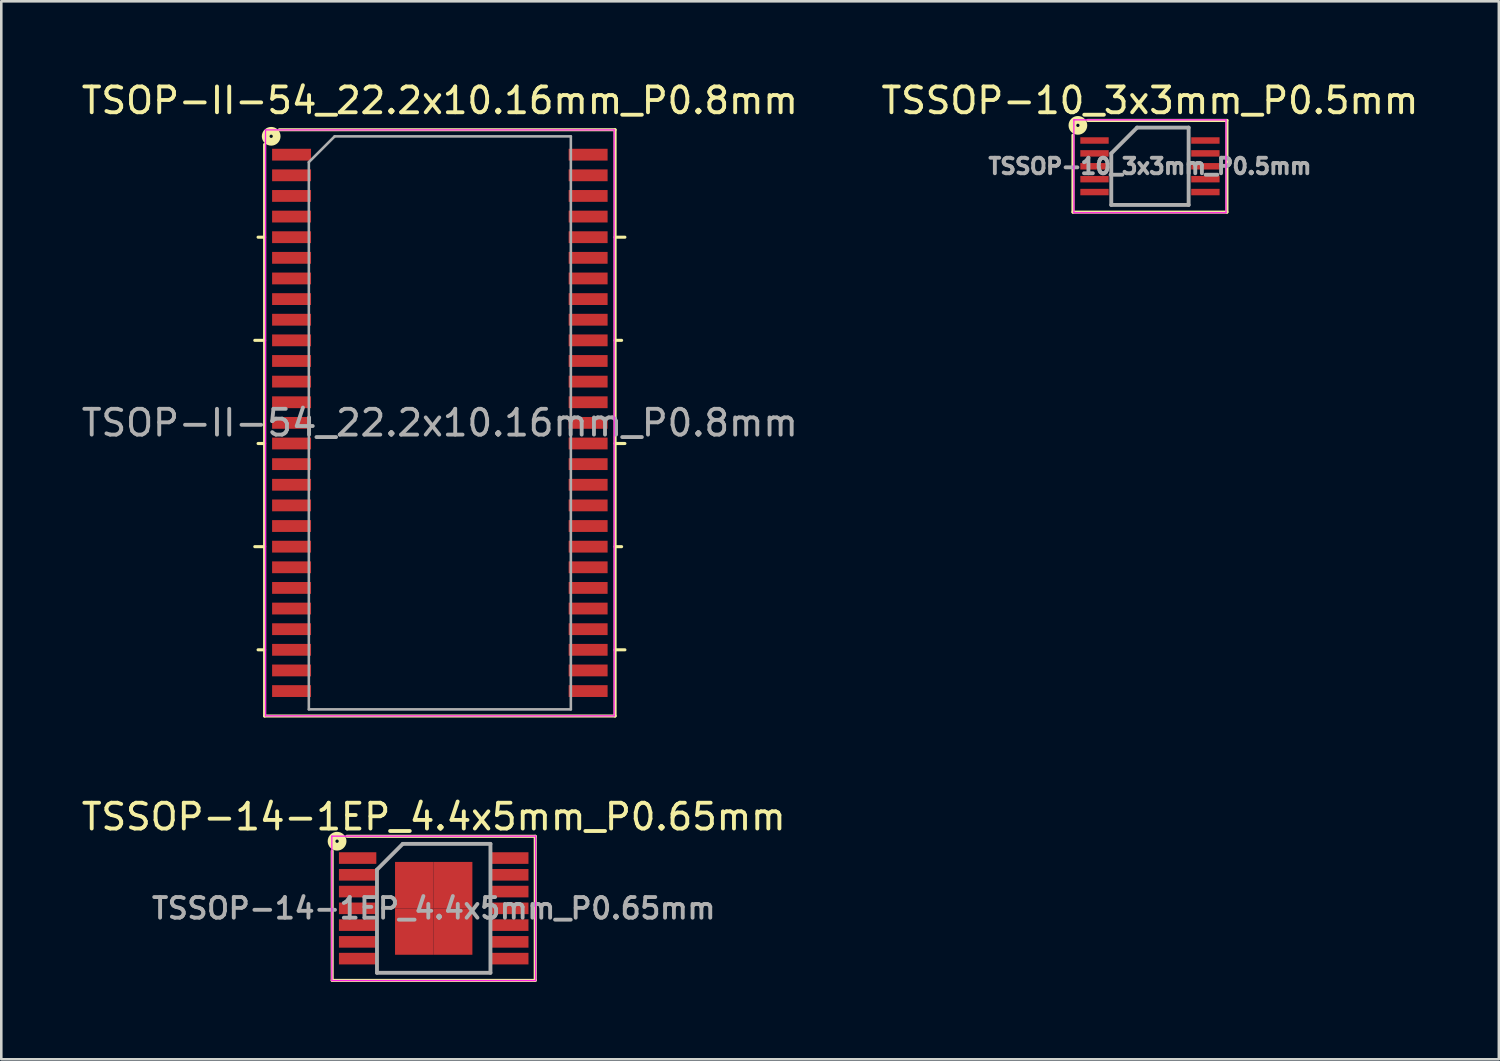
<source format=kicad_pcb>
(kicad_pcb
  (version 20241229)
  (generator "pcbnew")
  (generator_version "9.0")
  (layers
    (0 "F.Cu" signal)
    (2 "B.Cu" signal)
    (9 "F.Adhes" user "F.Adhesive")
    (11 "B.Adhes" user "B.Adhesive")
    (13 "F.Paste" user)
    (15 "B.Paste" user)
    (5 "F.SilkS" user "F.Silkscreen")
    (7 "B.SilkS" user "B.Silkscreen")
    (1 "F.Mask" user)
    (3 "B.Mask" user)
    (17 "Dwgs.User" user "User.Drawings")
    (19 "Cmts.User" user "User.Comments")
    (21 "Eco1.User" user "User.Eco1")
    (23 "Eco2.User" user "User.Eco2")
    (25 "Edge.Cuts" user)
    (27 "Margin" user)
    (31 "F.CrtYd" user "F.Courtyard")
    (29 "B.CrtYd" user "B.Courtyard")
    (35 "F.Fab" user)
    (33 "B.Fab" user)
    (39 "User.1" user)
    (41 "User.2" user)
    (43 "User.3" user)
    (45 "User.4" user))
  (footprint "TSOP-II-54_22.2x10.16mm_P0.8mm"
    (layer "F.Cu")
    (at 14.006 13.348)
    (property "Reference" "TSOP-II-54_22.2x10.16mm_P0.8mm" (at 0 -12.5 0) (layer "F.SilkS") (effects (font (size 1 1) (thickness 0.15))))
    (attr smd)
    (fp_line (start -7.176 -3.2) (end -6.795 -3.2) (stroke (width 0.12) (type solid)) (layer "F.SilkS"))
    (fp_line (start -7.176 4.8) (end -6.795 4.8) (stroke (width 0.12) (type solid)) (layer "F.SilkS"))
    (fp_line (start -7.048 -7.2) (end -6.795 -7.2) (stroke (width 0.12) (type solid)) (layer "F.SilkS"))
    (fp_line (start -7.048 0.8) (end -6.795 0.8) (stroke (width 0.12) (type solid)) (layer "F.SilkS"))
    (fp_line (start -7.048 8.8) (end -6.795 8.8) (stroke (width 0.12) (type solid)) (layer "F.SilkS"))
    (fp_line (start -6.795 -10.795) (end -6.795 11.367) (stroke (width 0.12) (type solid)) (layer "F.SilkS"))
    (fp_line (start -6.795 11.367) (end 6.795 11.367) (stroke (width 0.12) (type solid)) (layer "F.SilkS"))
    (fp_line (start 6.795 -11.367) (end -6.223 -11.367) (stroke (width 0.12) (type solid)) (layer "F.SilkS"))
    (fp_line (start 6.795 -7.2) (end 7.176 -7.2) (stroke (width 0.12) (type solid)) (layer "F.SilkS"))
    (fp_line (start 6.795 -3.2) (end 7.048 -3.2) (stroke (width 0.12) (type solid)) (layer "F.SilkS"))
    (fp_line (start 6.795 0.8) (end 7.176 0.8) (stroke (width 0.12) (type solid)) (layer "F.SilkS"))
    (fp_line (start 6.795 4.8) (end 7.048 4.8) (stroke (width 0.12) (type solid)) (layer "F.SilkS"))
    (fp_line (start 6.795 8.8) (end 7.176 8.8) (stroke (width 0.12) (type solid)) (layer "F.SilkS"))
    (fp_line (start 6.795 11.367) (end 6.795 -11.367) (stroke (width 0.12) (type solid)) (layer "F.SilkS"))
    (fp_circle (center -6.54 -11.113) (end -6.477 -11.113) (stroke (width 0.3) (type solid)) (fill no) (layer "F.SilkS"))
    (fp_line (start -6.76 -11.36) (end -6.76 11.36) (stroke (width 0.05) (type solid)) (layer "F.CrtYd"))
    (fp_line (start -6.76 -11.36) (end 6.76 -11.36) (stroke (width 0.05) (type solid)) (layer "F.CrtYd"))
    (fp_line (start 6.76 -11.36) (end 6.76 11.36) (stroke (width 0.05) (type solid)) (layer "F.CrtYd"))
    (fp_line (start 6.76 11.36) (end -6.76 11.36) (stroke (width 0.05) (type solid)) (layer "F.CrtYd"))
    (fp_line (start -5.08 11.11) (end -5.08 -10.11) (stroke (width 0.1) (type solid)) (layer "F.Fab"))
    (fp_line (start -4.08 -11.11) (end -5.08 -10.11) (stroke (width 0.1) (type solid)) (layer "F.Fab"))
    (fp_line (start -4.08 -11.11) (end 5.08 -11.11) (stroke (width 0.1) (type solid)) (layer "F.Fab"))
    (fp_line (start 5.08 -11.11) (end 5.08 11.11) (stroke (width 0.1) (type solid)) (layer "F.Fab"))
    (fp_line (start 5.08 11.11) (end -5.08 11.11) (stroke (width 0.1) (type solid)) (layer "F.Fab"))
    (fp_text user "${REFERENCE}" (at 0 0 0) (layer "F.Fab") (effects (font (size 1 1) (thickness 0.15))))
    (pad "1" smd rect (at -5.75 -10.4) (size 1.51 0.458) (layers "F.Cu" "F.Mask" "F.Paste"))
    (pad "2" smd rect (at -5.75 -9.6) (size 1.51 0.458) (layers "F.Cu" "F.Mask" "F.Paste"))
    (pad "3" smd rect (at -5.75 -8.8) (size 1.51 0.458) (layers "F.Cu" "F.Mask" "F.Paste"))
    (pad "4" smd rect (at -5.75 -8) (size 1.51 0.458) (layers "F.Cu" "F.Mask" "F.Paste"))
    (pad "5" smd rect (at -5.75 -7.2) (size 1.51 0.458) (layers "F.Cu" "F.Mask" "F.Paste"))
    (pad "6" smd rect (at -5.75 -6.4) (size 1.51 0.458) (layers "F.Cu" "F.Mask" "F.Paste"))
    (pad "7" smd rect (at -5.75 -5.6) (size 1.51 0.458) (layers "F.Cu" "F.Mask" "F.Paste"))
    (pad "8" smd rect (at -5.75 -4.8) (size 1.51 0.458) (layers "F.Cu" "F.Mask" "F.Paste"))
    (pad "9" smd rect (at -5.75 -4) (size 1.51 0.458) (layers "F.Cu" "F.Mask" "F.Paste"))
    (pad "10" smd rect (at -5.75 -3.2) (size 1.51 0.458) (layers "F.Cu" "F.Mask" "F.Paste"))
    (pad "11" smd rect (at -5.75 -2.4) (size 1.51 0.458) (layers "F.Cu" "F.Mask" "F.Paste"))
    (pad "12" smd rect (at -5.75 -1.6) (size 1.51 0.458) (layers "F.Cu" "F.Mask" "F.Paste"))
    (pad "13" smd rect (at -5.75 -0.8) (size 1.51 0.458) (layers "F.Cu" "F.Mask" "F.Paste"))
    (pad "14" smd rect (at -5.75 0) (size 1.51 0.458) (layers "F.Cu" "F.Mask" "F.Paste"))
    (pad "15" smd rect (at -5.75 0.8) (size 1.51 0.458) (layers "F.Cu" "F.Mask" "F.Paste"))
    (pad "16" smd rect (at -5.75 1.6) (size 1.51 0.458) (layers "F.Cu" "F.Mask" "F.Paste"))
    (pad "17" smd rect (at -5.75 2.4) (size 1.51 0.458) (layers "F.Cu" "F.Mask" "F.Paste"))
    (pad "18" smd rect (at -5.75 3.2) (size 1.51 0.458) (layers "F.Cu" "F.Mask" "F.Paste"))
    (pad "19" smd rect (at -5.75 4) (size 1.51 0.458) (layers "F.Cu" "F.Mask" "F.Paste"))
    (pad "20" smd rect (at -5.75 4.8) (size 1.51 0.458) (layers "F.Cu" "F.Mask" "F.Paste"))
    (pad "21" smd rect (at -5.75 5.6) (size 1.51 0.458) (layers "F.Cu" "F.Mask" "F.Paste"))
    (pad "22" smd rect (at -5.75 6.4) (size 1.51 0.458) (layers "F.Cu" "F.Mask" "F.Paste"))
    (pad "23" smd rect (at -5.75 7.2) (size 1.51 0.458) (layers "F.Cu" "F.Mask" "F.Paste"))
    (pad "24" smd rect (at -5.75 8) (size 1.51 0.458) (layers "F.Cu" "F.Mask" "F.Paste"))
    (pad "25" smd rect (at -5.75 8.8) (size 1.51 0.458) (layers "F.Cu" "F.Mask" "F.Paste"))
    (pad "26" smd rect (at -5.75 9.6) (size 1.51 0.458) (layers "F.Cu" "F.Mask" "F.Paste"))
    (pad "27" smd rect (at -5.75 10.4) (size 1.51 0.458) (layers "F.Cu" "F.Mask" "F.Paste"))
    (pad "28" smd rect (at 5.75 10.4) (size 1.51 0.458) (layers "F.Cu" "F.Mask" "F.Paste"))
    (pad "29" smd rect (at 5.75 9.6) (size 1.51 0.458) (layers "F.Cu" "F.Mask" "F.Paste"))
    (pad "30" smd rect (at 5.75 8.8) (size 1.51 0.458) (layers "F.Cu" "F.Mask" "F.Paste"))
    (pad "31" smd rect (at 5.75 8) (size 1.51 0.458) (layers "F.Cu" "F.Mask" "F.Paste"))
    (pad "32" smd rect (at 5.75 7.2) (size 1.51 0.458) (layers "F.Cu" "F.Mask" "F.Paste"))
    (pad "33" smd rect (at 5.75 6.4) (size 1.51 0.458) (layers "F.Cu" "F.Mask" "F.Paste"))
    (pad "34" smd rect (at 5.75 5.6) (size 1.51 0.458) (layers "F.Cu" "F.Mask" "F.Paste"))
    (pad "35" smd rect (at 5.75 4.8) (size 1.51 0.458) (layers "F.Cu" "F.Mask" "F.Paste"))
    (pad "36" smd rect (at 5.75 4) (size 1.51 0.458) (layers "F.Cu" "F.Mask" "F.Paste"))
    (pad "37" smd rect (at 5.75 3.2) (size 1.51 0.458) (layers "F.Cu" "F.Mask" "F.Paste"))
    (pad "38" smd rect (at 5.75 2.4) (size 1.51 0.458) (layers "F.Cu" "F.Mask" "F.Paste"))
    (pad "39" smd rect (at 5.75 1.6) (size 1.51 0.458) (layers "F.Cu" "F.Mask" "F.Paste"))
    (pad "40" smd rect (at 5.75 0.8) (size 1.51 0.458) (layers "F.Cu" "F.Mask" "F.Paste"))
    (pad "41" smd rect (at 5.75 0) (size 1.51 0.458) (layers "F.Cu" "F.Mask" "F.Paste"))
    (pad "42" smd rect (at 5.75 -0.8) (size 1.51 0.458) (layers "F.Cu" "F.Mask" "F.Paste"))
    (pad "43" smd rect (at 5.75 -1.6) (size 1.51 0.458) (layers "F.Cu" "F.Mask" "F.Paste"))
    (pad "44" smd rect (at 5.75 -2.4) (size 1.51 0.458) (layers "F.Cu" "F.Mask" "F.Paste"))
    (pad "45" smd rect (at 5.75 -3.2) (size 1.51 0.458) (layers "F.Cu" "F.Mask" "F.Paste"))
    (pad "46" smd rect (at 5.75 -4) (size 1.51 0.458) (layers "F.Cu" "F.Mask" "F.Paste"))
    (pad "47" smd rect (at 5.75 -4.8) (size 1.51 0.458) (layers "F.Cu" "F.Mask" "F.Paste"))
    (pad "48" smd rect (at 5.75 -5.6) (size 1.51 0.458) (layers "F.Cu" "F.Mask" "F.Paste"))
    (pad "49" smd rect (at 5.75 -6.4) (size 1.51 0.458) (layers "F.Cu" "F.Mask" "F.Paste"))
    (pad "50" smd rect (at 5.75 -7.2) (size 1.51 0.458) (layers "F.Cu" "F.Mask" "F.Paste"))
    (pad "51" smd rect (at 5.75 -8) (size 1.51 0.458) (layers "F.Cu" "F.Mask" "F.Paste"))
    (pad "52" smd rect (at 5.75 -8.8) (size 1.51 0.458) (layers "F.Cu" "F.Mask" "F.Paste"))
    (pad "53" smd rect (at 5.75 -9.6) (size 1.51 0.458) (layers "F.Cu" "F.Mask" "F.Paste"))
    (pad "54" smd rect (at 5.75 -10.4) (size 1.51 0.458) (layers "F.Cu" "F.Mask" "F.Paste")))
  (footprint "TSSOP-10_3x3mm_P0.5mm"
    (layer "F.Cu")
    (at 41.542 3.398)
    (property "Reference" "TSSOP-10_3x3mm_P0.5mm" (at 0 -2.55 0) (layer "F.SilkS") (effects (font (size 1 1) (thickness 0.15))))
    (attr smd)
    (fp_line (start -2.985 -1.206) (end -2.985 1.778) (stroke (width 0.12) (type solid)) (layer "F.SilkS"))
    (fp_line (start -2.985 1.778) (end 2.985 1.778) (stroke (width 0.12) (type solid)) (layer "F.SilkS"))
    (fp_line (start 2.985 -1.778) (end -2.413 -1.778) (stroke (width 0.12) (type solid)) (layer "F.SilkS"))
    (fp_line (start 2.985 1.778) (end 2.985 -1.778) (stroke (width 0.12) (type solid)) (layer "F.SilkS"))
    (fp_circle (center -2.794 -1.587) (end -2.731 -1.587) (stroke (width 0.3) (type solid)) (fill no) (layer "F.SilkS"))
    (fp_line (start -2.95 -1.8) (end -2.95 1.8) (stroke (width 0.05) (type solid)) (layer "F.CrtYd"))
    (fp_line (start -2.95 -1.8) (end 2.95 -1.8) (stroke (width 0.05) (type solid)) (layer "F.CrtYd"))
    (fp_line (start -2.95 1.8) (end 2.95 1.8) (stroke (width 0.05) (type solid)) (layer "F.CrtYd"))
    (fp_line (start 2.95 -1.8) (end 2.95 1.8) (stroke (width 0.05) (type solid)) (layer "F.CrtYd"))
    (fp_line (start -1.5 -0.5) (end -0.5 -1.5) (stroke (width 0.15) (type solid)) (layer "F.Fab"))
    (fp_line (start -1.5 1.5) (end -1.5 -0.5) (stroke (width 0.15) (type solid)) (layer "F.Fab"))
    (fp_line (start -0.5 -1.5) (end 1.5 -1.5) (stroke (width 0.15) (type solid)) (layer "F.Fab"))
    (fp_line (start 1.5 -1.5) (end 1.5 1.5) (stroke (width 0.15) (type solid)) (layer "F.Fab"))
    (fp_line (start 1.5 1.5) (end -1.5 1.5) (stroke (width 0.15) (type solid)) (layer "F.Fab"))
    (fp_text user "${REFERENCE}" (at 0 0 0) (layer "F.Fab") (effects (font (size 0.6 0.6) (thickness 0.15))))
    (pad "1" smd rect (at -2.15 -1) (size 1.1 0.25) (layers "F.Cu" "F.Mask" "F.Paste"))
    (pad "2" smd rect (at -2.15 -0.5) (size 1.1 0.25) (layers "F.Cu" "F.Mask" "F.Paste"))
    (pad "3" smd rect (at -2.15 0) (size 1.1 0.25) (layers "F.Cu" "F.Mask" "F.Paste"))
    (pad "4" smd rect (at -2.15 0.5) (size 1.1 0.25) (layers "F.Cu" "F.Mask" "F.Paste"))
    (pad "5" smd rect (at -2.15 1) (size 1.1 0.25) (layers "F.Cu" "F.Mask" "F.Paste"))
    (pad "6" smd rect (at 2.15 1) (size 1.1 0.25) (layers "F.Cu" "F.Mask" "F.Paste"))
    (pad "7" smd rect (at 2.15 0.5) (size 1.1 0.25) (layers "F.Cu" "F.Mask" "F.Paste"))
    (pad "8" smd rect (at 2.15 0) (size 1.1 0.25) (layers "F.Cu" "F.Mask" "F.Paste"))
    (pad "9" smd rect (at 2.15 -0.5) (size 1.1 0.25) (layers "F.Cu" "F.Mask" "F.Paste"))
    (pad "10" smd rect (at 2.15 -1) (size 1.1 0.25) (layers "F.Cu" "F.Mask" "F.Paste")))
  (footprint "TSSOP-14-1EP_4.4x5mm_P0.65mm"
    (layer "F.Cu")
    (at 13.768 32.173)
    (property "Reference" "TSSOP-14-1EP_4.4x5mm_P0.65mm" (at 0 -3.55 0) (layer "F.SilkS") (effects (font (size 1 1) (thickness 0.15))))
    (attr smd)
    (fp_line (start -3.937 -2.223) (end -3.937 2.794) (stroke (width 0.12) (type solid)) (layer "F.SilkS"))
    (fp_line (start -3.937 2.794) (end 3.937 2.794) (stroke (width 0.12) (type solid)) (layer "F.SilkS"))
    (fp_line (start 3.937 -2.794) (end -3.365 -2.794) (stroke (width 0.12) (type solid)) (layer "F.SilkS"))
    (fp_line (start 3.937 2.794) (end 3.937 -2.794) (stroke (width 0.12) (type solid)) (layer "F.SilkS"))
    (fp_circle (center -3.747 -2.603) (end -3.683 -2.603) (stroke (width 0.3) (type solid)) (fill no) (layer "F.SilkS"))
    (fp_line (start -3.95 -2.8) (end -3.95 2.8) (stroke (width 0.05) (type solid)) (layer "F.CrtYd"))
    (fp_line (start -3.95 -2.8) (end 3.95 -2.8) (stroke (width 0.05) (type solid)) (layer "F.CrtYd"))
    (fp_line (start -3.95 2.8) (end 3.95 2.8) (stroke (width 0.05) (type solid)) (layer "F.CrtYd"))
    (fp_line (start 3.95 -2.8) (end 3.95 2.8) (stroke (width 0.05) (type solid)) (layer "F.CrtYd"))
    (fp_line (start -2.2 -1.5) (end -1.2 -2.5) (stroke (width 0.15) (type solid)) (layer "F.Fab"))
    (fp_line (start -2.2 2.5) (end -2.2 -1.5) (stroke (width 0.15) (type solid)) (layer "F.Fab"))
    (fp_line (start -1.2 -2.5) (end 2.2 -2.5) (stroke (width 0.15) (type solid)) (layer "F.Fab"))
    (fp_line (start 2.2 -2.5) (end 2.2 2.5) (stroke (width 0.15) (type solid)) (layer "F.Fab"))
    (fp_line (start 2.2 2.5) (end -2.2 2.5) (stroke (width 0.15) (type solid)) (layer "F.Fab"))
    (fp_text user "${REFERENCE}" (at 0 0 0) (layer "F.Fab") (effects (font (size 0.8 0.8) (thickness 0.15))))
    (pad "1" smd rect (at -2.95 -1.95) (size 1.45 0.45) (layers "F.Cu" "F.Mask" "F.Paste"))
    (pad "2" smd rect (at -2.95 -1.3) (size 1.45 0.45) (layers "F.Cu" "F.Mask" "F.Paste"))
    (pad "3" smd rect (at -2.95 -0.65) (size 1.45 0.45) (layers "F.Cu" "F.Mask" "F.Paste"))
    (pad "4" smd rect (at -2.95 0) (size 1.45 0.45) (layers "F.Cu" "F.Mask" "F.Paste"))
    (pad "5" smd rect (at -2.95 0.65) (size 1.45 0.45) (layers "F.Cu" "F.Mask" "F.Paste"))
    (pad "6" smd rect (at -2.95 1.3) (size 1.45 0.45) (layers "F.Cu" "F.Mask" "F.Paste"))
    (pad "7" smd rect (at -2.95 1.95) (size 1.45 0.45) (layers "F.Cu" "F.Mask" "F.Paste"))
    (pad "8" smd rect (at 2.95 1.95) (size 1.45 0.45) (layers "F.Cu" "F.Mask" "F.Paste"))
    (pad "9" smd rect (at 2.95 1.3) (size 1.45 0.45) (layers "F.Cu" "F.Mask" "F.Paste"))
    (pad "10" smd rect (at 2.95 0.65) (size 1.45 0.45) (layers "F.Cu" "F.Mask" "F.Paste"))
    (pad "11" smd rect (at 2.95 0) (size 1.45 0.45) (layers "F.Cu" "F.Mask" "F.Paste"))
    (pad "12" smd rect (at 2.95 -0.65) (size 1.45 0.45) (layers "F.Cu" "F.Mask" "F.Paste"))
    (pad "13" smd rect (at 2.95 -1.3) (size 1.45 0.45) (layers "F.Cu" "F.Mask" "F.Paste"))
    (pad "14" smd rect (at 2.95 -1.95) (size 1.45 0.45) (layers "F.Cu" "F.Mask" "F.Paste"))
    (pad "15" smd rect (at -0.75 -0.9) (size 1.5 1.8) (layers "F.Cu" "F.Mask" "F.Paste"))
    (pad "15" smd rect (at -0.75 0.9) (size 1.5 1.8) (layers "F.Cu" "F.Mask" "F.Paste"))
    (pad "15" smd rect (at 0.75 -0.9) (size 1.5 1.8) (layers "F.Cu" "F.Mask" "F.Paste"))
    (pad "15" smd rect (at 0.75 0.9) (size 1.5 1.8) (layers "F.Cu" "F.Mask" "F.Paste")))
  (gr_rect
    (start -3 -3)
    (end 55.071 38.027)
    (stroke (width 0.1) (type default))
    (fill no)
    (layer "Edge.Cuts")))
</source>
